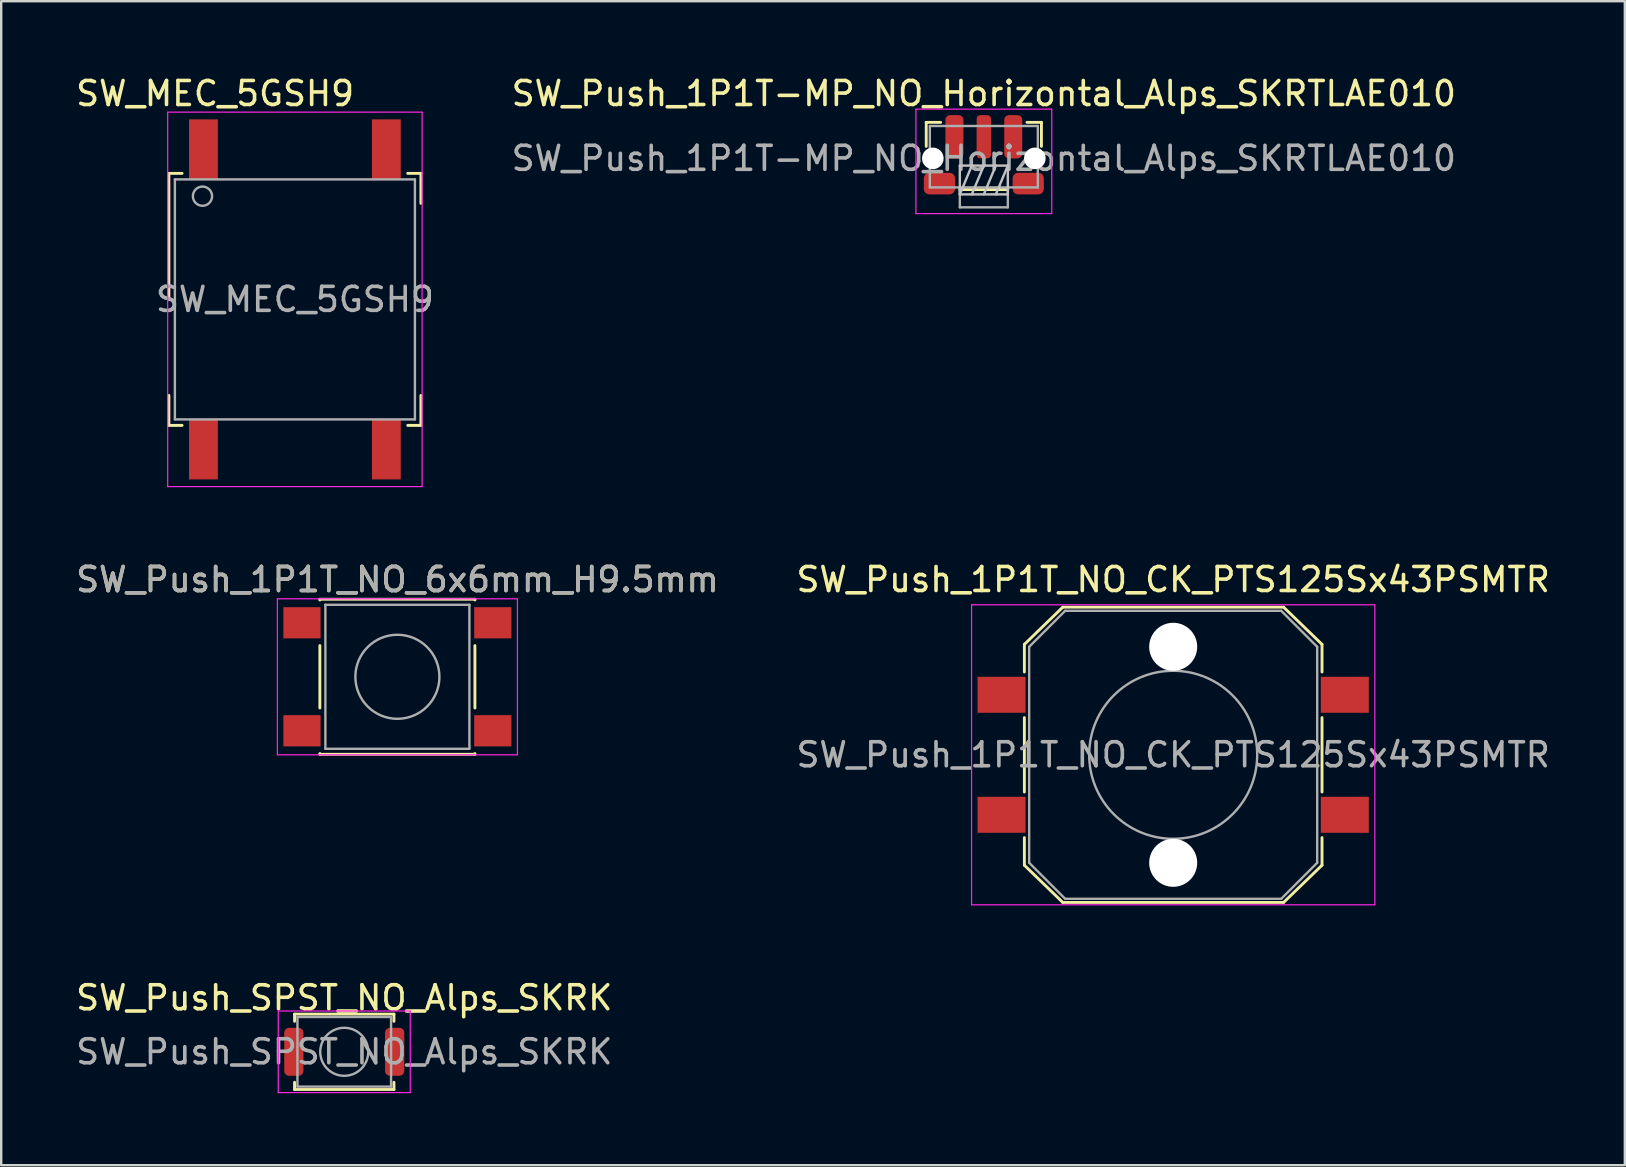
<source format=kicad_pcb>
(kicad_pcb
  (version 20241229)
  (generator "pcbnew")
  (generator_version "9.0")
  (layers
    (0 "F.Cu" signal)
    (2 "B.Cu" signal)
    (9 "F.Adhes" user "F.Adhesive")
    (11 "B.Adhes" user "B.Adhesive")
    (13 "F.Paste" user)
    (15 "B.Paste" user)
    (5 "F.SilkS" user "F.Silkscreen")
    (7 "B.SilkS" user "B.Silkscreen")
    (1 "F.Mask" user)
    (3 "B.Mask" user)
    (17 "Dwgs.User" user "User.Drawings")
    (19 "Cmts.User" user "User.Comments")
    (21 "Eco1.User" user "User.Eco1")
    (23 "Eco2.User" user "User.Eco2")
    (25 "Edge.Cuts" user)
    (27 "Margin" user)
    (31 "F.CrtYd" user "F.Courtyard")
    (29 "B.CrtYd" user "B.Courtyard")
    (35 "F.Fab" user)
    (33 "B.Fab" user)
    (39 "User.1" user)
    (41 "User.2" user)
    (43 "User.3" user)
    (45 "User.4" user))
  (footprint "SW_Push_SPST_NO_Alps_SKRK"
    (layer "F.Cu")
    (at 11.292 40.77)
    (property "Reference" "SW_Push_SPST_NO_Alps_SKRK" (at 0 -2.25 0) (layer "F.SilkS") (effects (font (size 1 1) (thickness 0.15))))
    (attr smd)
    (fp_line (start -2.07 -1.57) (end 2.07 -1.57) (stroke (width 0.12) (type solid)) (layer "F.SilkS"))
    (fp_line (start -2.07 -1.27) (end -2.07 -1.57) (stroke (width 0.12) (type solid)) (layer "F.SilkS"))
    (fp_line (start -2.07 1.57) (end -2.07 1.27) (stroke (width 0.12) (type solid)) (layer "F.SilkS"))
    (fp_line (start 2.07 -1.57) (end 2.07 -1.27) (stroke (width 0.12) (type solid)) (layer "F.SilkS"))
    (fp_line (start 2.07 1.27) (end 2.07 1.57) (stroke (width 0.12) (type solid)) (layer "F.SilkS"))
    (fp_line (start 2.07 1.57) (end -2.07 1.57) (stroke (width 0.12) (type solid)) (layer "F.SilkS"))
    (fp_line (start -2.75 -1.7) (end 2.75 -1.7) (stroke (width 0.05) (type solid)) (layer "F.CrtYd"))
    (fp_line (start -2.75 1.7) (end -2.75 -1.7) (stroke (width 0.05) (type solid)) (layer "F.CrtYd"))
    (fp_line (start 2.75 -1.7) (end 2.75 1.7) (stroke (width 0.05) (type solid)) (layer "F.CrtYd"))
    (fp_line (start 2.75 1.7) (end -2.75 1.7) (stroke (width 0.05) (type solid)) (layer "F.CrtYd"))
    (fp_line (start -1.95 -1.45) (end 1.95 -1.45) (stroke (width 0.1) (type solid)) (layer "F.Fab"))
    (fp_line (start -1.95 1.45) (end -1.95 -1.45) (stroke (width 0.1) (type solid)) (layer "F.Fab"))
    (fp_line (start 1.95 -1.45) (end 1.95 1.45) (stroke (width 0.1) (type solid)) (layer "F.Fab"))
    (fp_line (start 1.95 1.45) (end -1.95 1.45) (stroke (width 0.1) (type solid)) (layer "F.Fab"))
    (fp_circle (center 0 0) (end 1 0) (stroke (width 0.1) (type solid)) (fill no) (layer "F.Fab"))
    (fp_text user "${REFERENCE}" (at 0 0 0) (layer "F.Fab") (effects (font (size 1 1) (thickness 0.15))))
    (pad "1" smd roundrect (at -2.1 0) (size 0.8 2) (layers "F.Cu" "F.Mask" "F.Paste") (roundrect_rratio 0.25))
    (pad "2" smd roundrect (at 2.1 0) (size 0.8 2) (layers "F.Cu" "F.Mask" "F.Paste") (roundrect_rratio 0.25)))
  (footprint "SW_Push_1P1T_NO_CK_PTS125Sx43PSMTR"
    (layer "F.Cu")
    (at 45.827 28.396)
    (property "Reference" "SW_Push_1P1T_NO_CK_PTS125Sx43PSMTR" (at 0 -7.3 0) (layer "F.SilkS") (effects (font (size 1 1) (thickness 0.15))))
    (attr smd)
    (fp_line (start -6.2 -4.6) (end -4.6 -6.15) (stroke (width 0.12) (type solid)) (layer "F.SilkS"))
    (fp_line (start -6.2 -3.45) (end -6.2 -4.6) (stroke (width 0.12) (type solid)) (layer "F.SilkS"))
    (fp_line (start -6.2 -1.55) (end -6.2 1.55) (stroke (width 0.12) (type solid)) (layer "F.SilkS"))
    (fp_line (start -6.2 3.45) (end -6.2 4.6) (stroke (width 0.12) (type solid)) (layer "F.SilkS"))
    (fp_line (start -6.2 4.6) (end -4.6 6.15) (stroke (width 0.12) (type solid)) (layer "F.SilkS"))
    (fp_line (start -4.6 -6.15) (end 4.6 -6.15) (stroke (width 0.12) (type solid)) (layer "F.SilkS"))
    (fp_line (start -4.6 6.15) (end 4.6 6.15) (stroke (width 0.12) (type solid)) (layer "F.SilkS"))
    (fp_line (start 4.6 -6.15) (end 6.2 -4.6) (stroke (width 0.12) (type solid)) (layer "F.SilkS"))
    (fp_line (start 4.6 6.15) (end 6.2 4.6) (stroke (width 0.12) (type solid)) (layer "F.SilkS"))
    (fp_line (start 6.2 -3.45) (end 6.2 -4.6) (stroke (width 0.12) (type solid)) (layer "F.SilkS"))
    (fp_line (start 6.2 -1.55) (end 6.2 1.55) (stroke (width 0.12) (type solid)) (layer "F.SilkS"))
    (fp_line (start 6.2 3.45) (end 6.2 4.6) (stroke (width 0.12) (type solid)) (layer "F.SilkS"))
    (fp_line (start -8.4 -6.25) (end 8.4 -6.25) (stroke (width 0.05) (type solid)) (layer "F.CrtYd"))
    (fp_line (start -8.4 6.25) (end -8.4 -6.25) (stroke (width 0.05) (type solid)) (layer "F.CrtYd"))
    (fp_line (start 8.4 -6.25) (end 8.4 6.25) (stroke (width 0.05) (type solid)) (layer "F.CrtYd"))
    (fp_line (start 8.4 6.25) (end -8.4 6.25) (stroke (width 0.05) (type solid)) (layer "F.CrtYd"))
    (fp_line (start -6 -4.5) (end -6 4.5) (stroke (width 0.1) (type solid)) (layer "F.Fab"))
    (fp_line (start -6 -4.5) (end -4.5 -6) (stroke (width 0.1) (type solid)) (layer "F.Fab"))
    (fp_line (start -4.5 6) (end -6 4.5) (stroke (width 0.1) (type solid)) (layer "F.Fab"))
    (fp_line (start -4.5 6) (end 4.5 6) (stroke (width 0.1) (type solid)) (layer "F.Fab"))
    (fp_line (start 4.5 -6) (end -4.5 -6) (stroke (width 0.1) (type solid)) (layer "F.Fab"))
    (fp_line (start 4.5 -6) (end 6 -4.5) (stroke (width 0.1) (type solid)) (layer "F.Fab"))
    (fp_line (start 6 4.5) (end 4.5 6) (stroke (width 0.1) (type solid)) (layer "F.Fab"))
    (fp_line (start 6 4.5) (end 6 -4.5) (stroke (width 0.1) (type solid)) (layer "F.Fab"))
    (fp_circle (center 0 0) (end 3.5 0) (stroke (width 0.1) (type solid)) (fill no) (layer "F.Fab"))
    (fp_text user "${REFERENCE}" (at 0 0 0) (layer "F.Fab") (effects (font (size 1 1) (thickness 0.15))))
    (pad "" np_thru_hole circle (at 0 -4.5) (size 2 2) (drill 2) (layers "*.Cu" "*.Mask"))
    (pad "" np_thru_hole circle (at 0 4.5) (size 2 2) (drill 2) (layers "*.Cu" "*.Mask"))
    (pad "1" smd rect (at -7.15 -2.5) (size 2 1.5) (layers "F.Cu" "F.Mask" "F.Paste"))
    (pad "1" smd rect (at 7.15 -2.5) (size 2 1.5) (layers "F.Cu" "F.Mask" "F.Paste"))
    (pad "2" smd rect (at -7.15 2.5) (size 2 1.5) (layers "F.Cu" "F.Mask" "F.Paste"))
    (pad "2" smd rect (at 7.15 2.5) (size 2 1.5) (layers "F.Cu" "F.Mask" "F.Paste")))
  (footprint "SW_Push_1P1T_NO_6x6mm_H9.5mm"
    (layer "F.Cu")
    (at 13.506 25.146)
    (property "Reference" "SW_Push_1P1T_NO_6x6mm_H9.5mm" (at 0 -4.05 0) (layer "F.SilkS") (effects (font (size 1 1) (thickness 0.15))))
    (attr smd)
    (fp_line (start -3.23 -3.23) (end 3.23 -3.23) (stroke (width 0.12) (type solid)) (layer "F.SilkS"))
    (fp_line (start -3.23 -3.2) (end -3.23 -3.23) (stroke (width 0.12) (type solid)) (layer "F.SilkS"))
    (fp_line (start -3.23 -1.3) (end -3.23 1.3) (stroke (width 0.12) (type solid)) (layer "F.SilkS"))
    (fp_line (start -3.23 3.23) (end -3.23 3.2) (stroke (width 0.12) (type solid)) (layer "F.SilkS"))
    (fp_line (start -3.23 3.23) (end 3.23 3.23) (stroke (width 0.12) (type solid)) (layer "F.SilkS"))
    (fp_line (start 3.23 -3.23) (end 3.23 -3.2) (stroke (width 0.12) (type solid)) (layer "F.SilkS"))
    (fp_line (start 3.23 -1.3) (end 3.23 1.3) (stroke (width 0.12) (type solid)) (layer "F.SilkS"))
    (fp_line (start 3.23 3.23) (end 3.23 3.2) (stroke (width 0.12) (type solid)) (layer "F.SilkS"))
    (fp_line (start -5 -3.25) (end -5 3.25) (stroke (width 0.05) (type solid)) (layer "F.CrtYd"))
    (fp_line (start -5 -3.25) (end 5 -3.25) (stroke (width 0.05) (type solid)) (layer "F.CrtYd"))
    (fp_line (start -5 3.25) (end 5 3.25) (stroke (width 0.05) (type solid)) (layer "F.CrtYd"))
    (fp_line (start 5 3.25) (end 5 -3.25) (stroke (width 0.05) (type solid)) (layer "F.CrtYd"))
    (fp_line (start -3 -3) (end -3 3) (stroke (width 0.1) (type solid)) (layer "F.Fab"))
    (fp_line (start -3 3) (end 3 3) (stroke (width 0.1) (type solid)) (layer "F.Fab"))
    (fp_line (start 3 -3) (end -3 -3) (stroke (width 0.1) (type solid)) (layer "F.Fab"))
    (fp_line (start 3 3) (end 3 -3) (stroke (width 0.1) (type solid)) (layer "F.Fab"))
    (fp_circle (center 0 0) (end 1.75 -0.05) (stroke (width 0.1) (type solid)) (fill no) (layer "F.Fab"))
    (fp_text user "${REFERENCE}" (at 0 -4.05 0) (layer "F.Fab") (effects (font (size 1 1) (thickness 0.15))))
    (pad "1" smd rect (at -3.975 -2.25) (size 1.55 1.3) (layers "F.Cu" "F.Mask" "F.Paste"))
    (pad "1" smd rect (at 3.975 -2.25) (size 1.55 1.3) (layers "F.Cu" "F.Mask" "F.Paste"))
    (pad "2" smd rect (at -3.975 2.25) (size 1.55 1.3) (layers "F.Cu" "F.Mask" "F.Paste"))
    (pad "2" smd rect (at 3.975 2.25) (size 1.55 1.3) (layers "F.Cu" "F.Mask" "F.Paste")))
  (footprint "SW_Push_1P1T-MP_NO_Horizontal_Alps_SKRTLAE010"
    (layer "F.Cu")
    (at 37.938 3.548)
    (property "Reference" "SW_Push_1P1T-MP_NO_Horizontal_Alps_SKRTLAE010" (at 0 -2.7 180) (layer "F.SilkS") (effects (font (size 1 1) (thickness 0.15))))
    (attr smd)
    (fp_line (start -2.4 -1.5) (end -2.4 -0.5) (stroke (width 0.12) (type solid)) (layer "F.SilkS"))
    (fp_line (start -1.8 -1.5) (end -2.4 -1.5) (stroke (width 0.12) (type solid)) (layer "F.SilkS"))
    (fp_line (start -1 1.3) (end 1 1.3) (stroke (width 0.12) (type solid)) (layer "F.SilkS"))
    (fp_line (start 1.8 -1.5) (end 2.4 -1.5) (stroke (width 0.12) (type solid)) (layer "F.SilkS"))
    (fp_line (start 2.4 -1.5) (end 2.4 -0.5) (stroke (width 0.12) (type solid)) (layer "F.SilkS"))
    (fp_line (start -1 0.3) (end -1 1.5) (stroke (width 0.1) (type solid)) (layer "Dwgs.User"))
    (fp_line (start -1 1.5) (end -0.5 0.3) (stroke (width 0.1) (type solid)) (layer "Dwgs.User"))
    (fp_line (start -1 1.5) (end 1 1.5) (stroke (width 0.1) (type solid)) (layer "Dwgs.User"))
    (fp_line (start -0.5 1.5) (end 0 0.3) (stroke (width 0.1) (type solid)) (layer "Dwgs.User"))
    (fp_line (start 0 1.5) (end 0.5 0.3) (stroke (width 0.1) (type solid)) (layer "Dwgs.User"))
    (fp_line (start 0.5 1.5) (end 1 0.3) (stroke (width 0.1) (type solid)) (layer "Dwgs.User"))
    (fp_line (start 1 0.3) (end -1 0.3) (stroke (width 0.1) (type solid)) (layer "Dwgs.User"))
    (fp_line (start 1 1.5) (end 1 0.3) (stroke (width 0.1) (type solid)) (layer "Dwgs.User"))
    (fp_line (start -2.83 -2.05) (end -2.83 2.3) (stroke (width 0.05) (type solid)) (layer "F.CrtYd"))
    (fp_line (start -2.83 -2.05) (end 2.83 -2.05) (stroke (width 0.05) (type solid)) (layer "F.CrtYd"))
    (fp_line (start -2.83 2.3) (end 2.83 2.3) (stroke (width 0.05) (type solid)) (layer "F.CrtYd"))
    (fp_line (start 2.83 -2.05) (end 2.83 2.3) (stroke (width 0.05) (type solid)) (layer "F.CrtYd"))
    (fp_line (start -2.25 -1.35) (end -2.25 1.21) (stroke (width 0.1) (type solid)) (layer "F.Fab"))
    (fp_line (start -2.25 -1.35) (end 2.25 -1.35) (stroke (width 0.1) (type solid)) (layer "F.Fab"))
    (fp_line (start -2.25 1.21) (end 2.25 1.21) (stroke (width 0.1) (type solid)) (layer "F.Fab"))
    (fp_line (start -1 2.04) (end -1 1.21) (stroke (width 0.1) (type solid)) (layer "F.Fab"))
    (fp_line (start -1 2.04) (end 1 2.04) (stroke (width 0.1) (type solid)) (layer "F.Fab"))
    (fp_line (start 1 2.04) (end 1 1.21) (stroke (width 0.1) (type solid)) (layer "F.Fab"))
    (fp_line (start 2.25 -1.35) (end 2.25 1.21) (stroke (width 0.1) (type solid)) (layer "F.Fab"))
    (fp_text user "${REFERENCE}" (at 0 0 0) (layer "F.Fab") (effects (font (size 1 1) (thickness 0.15))))
    (pad "" np_thru_hole circle (at -2.125 0) (size 0.9 0.9) (drill 0.9) (layers "*.Cu" "*.Mask"))
    (pad "" np_thru_hole circle (at 2.125 0) (size 0.9 0.9) (drill 0.9) (layers "*.Cu" "*.Mask"))
    (pad "1" smd roundrect (at -1.225 -0.9) (size 0.75 1.8) (layers "F.Cu" "F.Mask" "F.Paste") (roundrect_rratio 0.25))
    (pad "1" smd roundrect (at 1.225 -0.9) (size 0.75 1.8) (layers "F.Cu" "F.Mask" "F.Paste") (roundrect_rratio 0.25))
    (pad "2" smd roundrect (at 0 -0.9) (size 0.6 1.8) (layers "F.Cu" "F.Mask" "F.Paste") (roundrect_rratio 0.25))
    (pad "MP" smd roundrect (at -1.85 1.05) (size 1.3 0.9) (layers "F.Cu" "F.Mask" "F.Paste") (roundrect_rratio 0.25))
    (pad "MP" smd roundrect (at 1.85 1.05) (size 1.3 0.9) (layers "F.Cu" "F.Mask" "F.Paste") (roundrect_rratio 0.25)))
  (footprint "SW_MEC_5GSH9"
    (layer "F.Cu")
    (at 9.236 9.423)
    (property "Reference" "SW_MEC_5GSH9" (at -3.325 -8.575 180) (layer "F.SilkS") (effects (font (size 1 1) (thickness 0.15))))
    (attr smd)
    (fp_line (start -5.25 -5.25) (end -5.25 0) (stroke (width 0.12) (type solid)) (layer "F.SilkS"))
    (fp_line (start -5.25 5.25) (end -5.25 4) (stroke (width 0.12) (type solid)) (layer "F.SilkS"))
    (fp_line (start -4.7 -5.25) (end -5.25 -5.25) (stroke (width 0.12) (type solid)) (layer "F.SilkS"))
    (fp_line (start -4.7 5.25) (end -5.25 5.25) (stroke (width 0.12) (type solid)) (layer "F.SilkS"))
    (fp_line (start 4.7 -5.25) (end 5.25 -5.25) (stroke (width 0.12) (type solid)) (layer "F.SilkS"))
    (fp_line (start 4.7 5.25) (end 5.25 5.25) (stroke (width 0.12) (type solid)) (layer "F.SilkS"))
    (fp_line (start 5.25 -5.25) (end 5.25 -4) (stroke (width 0.12) (type solid)) (layer "F.SilkS"))
    (fp_line (start 5.25 5.25) (end 5.25 4) (stroke (width 0.12) (type solid)) (layer "F.SilkS"))
    (fp_line (start -5.3 -7.8) (end 5.3 -7.8) (stroke (width 0.05) (type solid)) (layer "F.CrtYd"))
    (fp_line (start -5.3 7.8) (end -5.3 -7.8) (stroke (width 0.05) (type solid)) (layer "F.CrtYd"))
    (fp_line (start 5.3 -7.8) (end 5.3 7.8) (stroke (width 0.05) (type solid)) (layer "F.CrtYd"))
    (fp_line (start 5.3 7.8) (end -5.3 7.8) (stroke (width 0.05) (type solid)) (layer "F.CrtYd"))
    (fp_line (start -5 -5) (end 5 -5) (stroke (width 0.1) (type solid)) (layer "F.Fab"))
    (fp_line (start -5 5) (end -5 -5) (stroke (width 0.1) (type solid)) (layer "F.Fab"))
    (fp_line (start 5 -5) (end 5 5) (stroke (width 0.1) (type solid)) (layer "F.Fab"))
    (fp_line (start 5 5) (end -5 5) (stroke (width 0.1) (type solid)) (layer "F.Fab"))
    (fp_circle (center -3.85 -4.3) (end -3.85 -4.7) (stroke (width 0.1) (type solid)) (fill no) (layer "F.Fab"))
    (fp_text user "${REFERENCE}" (at 0 0 0) (layer "F.Fab") (effects (font (size 1 1) (thickness 0.15))))
    (pad "1" smd rect (at -3.81 -6.25 90) (size 2.5 1.2) (layers "F.Cu" "F.Mask" "F.Paste"))
    (pad "2" smd rect (at -3.81 6.25 90) (size 2.5 1.2) (layers "F.Cu" "F.Mask" "F.Paste"))
    (pad "3" smd rect (at 3.81 -6.25 90) (size 2.5 1.2) (layers "F.Cu" "F.Mask" "F.Paste"))
    (pad "4" smd rect (at 3.81 6.25 90) (size 2.5 1.2) (layers "F.Cu" "F.Mask" "F.Paste")))
  (gr_rect
    (start -3 -3)
    (end 64.643 45.495)
    (stroke (width 0.1) (type default))
    (fill no)
    (layer "Edge.Cuts")))
</source>
